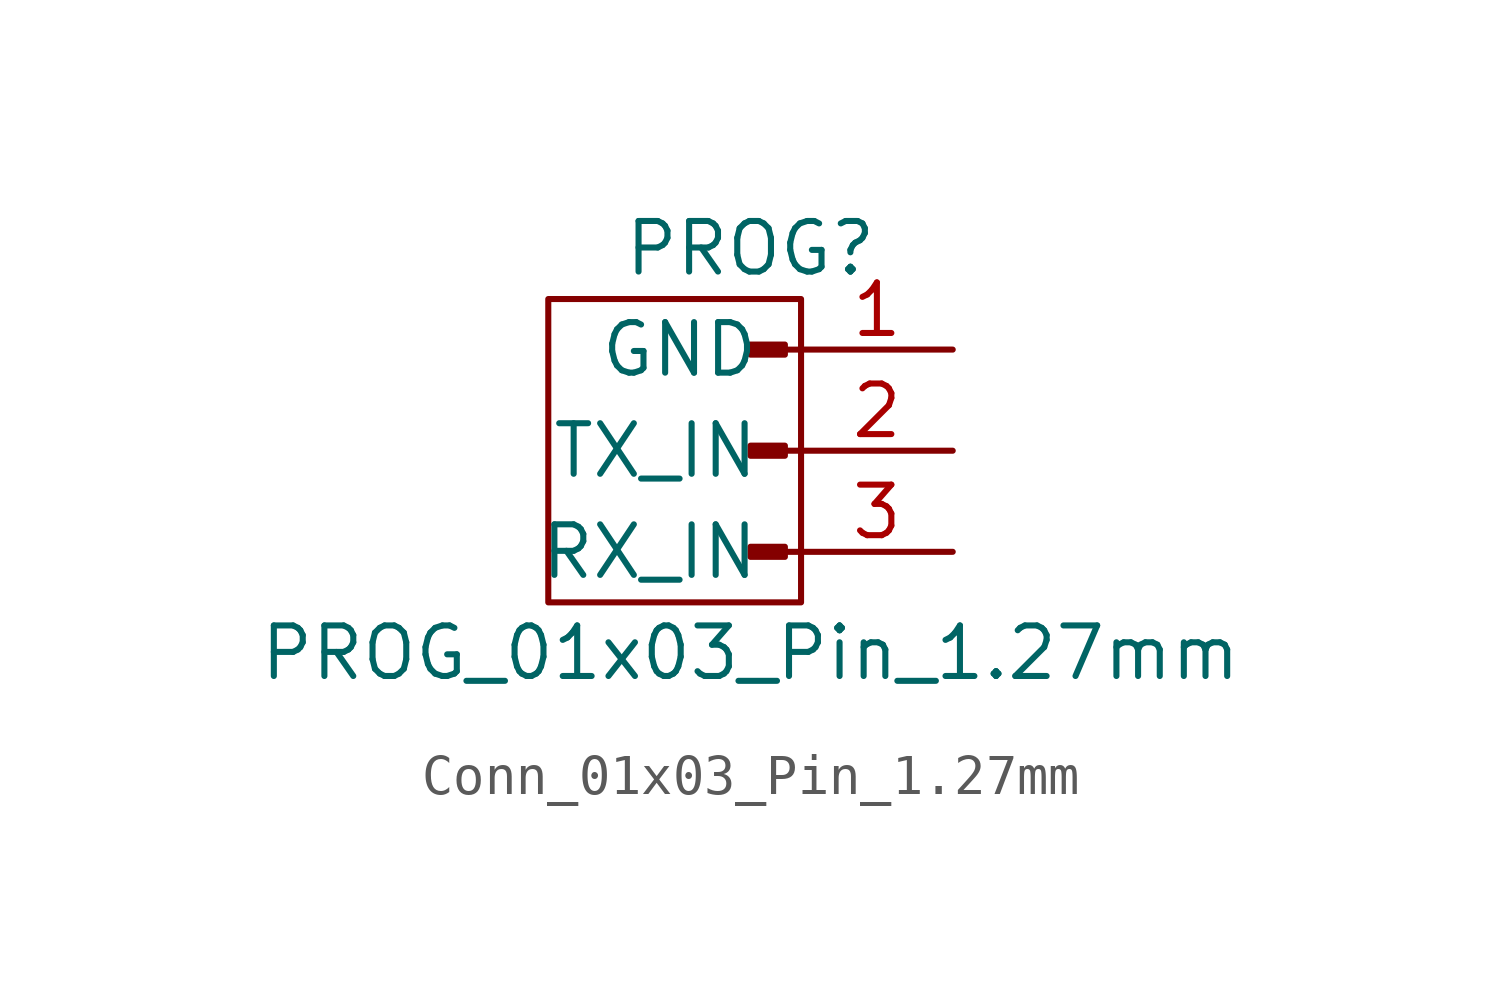
<source format=kicad_sym>
(kicad_symbol_lib
  (version 20231120)
  (generator "kicad_symbol_editor")
  (generator_version "8.0")
  (symbol "Conn_01x03_Pin_1.27mm"
    (pin_names
      (offset 1.016))
    (property "Reference" "PROG"
      (at 0 5.08 0)
      (effects (font (size 1.27 1.27))))
    (property "Value" "PROG_01x03_Pin_1.27mm"
      (at 0 -5.08 0)
      (effects (font (size 1.27 1.27))))
    (symbol "Conn_01x03_Pin_1.27mm_0_1"
      (rectangle (start -5.08 3.81) (end 1.27 -3.81) (stroke (width 0) (type default)) (fill (type none))))
    (symbol "Conn_01x03_Pin_1.27mm_1_1"
      (polyline (pts (xy 1.27 -2.54) (xy 0.864 -2.54)) (stroke (width 0.152) (type default)) (fill (type none)))
      (polyline (pts (xy 1.27 0) (xy 0.864 0)) (stroke (width 0.152) (type default)) (fill (type none)))
      (polyline (pts (xy 1.27 2.54) (xy 0.864 2.54)) (stroke (width 0.152) (type default)) (fill (type none)))
      (rectangle (start 0.864 -2.413) (end 0 -2.667) (stroke (width 0.152) (type default)) (fill (type outline)))
      (rectangle (start 0.864 0.127) (end 0 -0.127) (stroke (width 0.152) (type default)) (fill (type outline)))
      (rectangle (start 0.864 2.667) (end 0 2.413) (stroke (width 0.152) (type default)) (fill (type outline)))
      (pin power_in line (at 5.08 2.54 180) (length 3.81) (name "GND" (effects (font (size 1.27 1.27)))) (number "1" (effects (font (size 1.27 1.27)))))
      (pin output line (at 5.08 0 180) (length 3.81) (name "TX_IN" (effects (font (size 1.27 1.27)))) (number "2" (effects (font (size 1.27 1.27)))) (alternate "TX" passive line))
      (pin input line (at 5.08 -2.54 180) (length 3.81) (name "RX_IN" (effects (font (size 1.27 1.27)))) (number "3" (effects (font (size 1.27 1.27)))) (alternate "RX" passive line)))))
</source>
